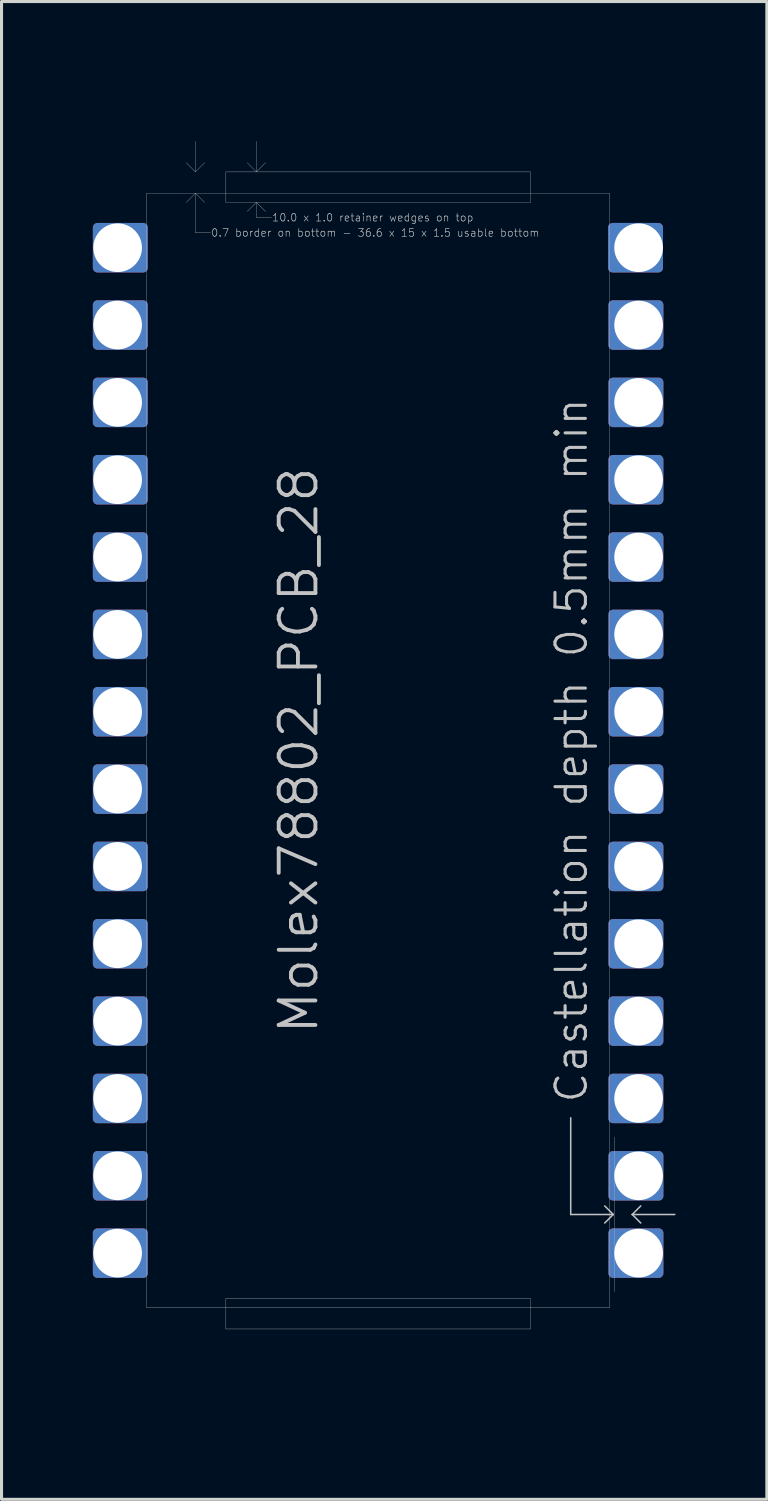
<source format=kicad_pcb>
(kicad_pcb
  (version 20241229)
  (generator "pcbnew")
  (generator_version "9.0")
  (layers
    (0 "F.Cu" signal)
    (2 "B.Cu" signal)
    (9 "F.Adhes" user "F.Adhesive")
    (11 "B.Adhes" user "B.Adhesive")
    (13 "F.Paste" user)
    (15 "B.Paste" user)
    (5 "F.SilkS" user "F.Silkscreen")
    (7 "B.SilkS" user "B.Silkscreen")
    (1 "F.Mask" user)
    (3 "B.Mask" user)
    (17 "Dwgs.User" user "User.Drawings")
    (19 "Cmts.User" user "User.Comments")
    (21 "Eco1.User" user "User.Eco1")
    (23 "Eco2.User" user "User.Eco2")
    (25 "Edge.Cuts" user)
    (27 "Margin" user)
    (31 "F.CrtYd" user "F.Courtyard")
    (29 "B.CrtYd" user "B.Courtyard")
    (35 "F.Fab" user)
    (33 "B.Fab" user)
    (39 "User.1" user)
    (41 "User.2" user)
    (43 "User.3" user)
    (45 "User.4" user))
  (footprint "Molex78802_PCB_28"
    (layer "F.Cu")
    (at 9.368 21.595)
    (property "Reference" "Molex78802_PCB_28" (at -1.905 0 270) (layer "Dwgs.User") (effects (font (size 1.206 1.206) (thickness 0.127)) (justify bottom)))
    (attr exclude_from_pos_files exclude_from_bom)
    (fp_poly (pts (xy -7.717 -15.85) (xy -9.216 -15.85) (xy -9.216 -17.17) (xy -7.717 -17.17)) (stroke (width 0.305) (type solid)) (fill yes) (layer "F.Cu"))
    (fp_poly (pts (xy -7.717 -13.31) (xy -9.216 -13.31) (xy -9.216 -14.63) (xy -7.717 -14.63)) (stroke (width 0.305) (type solid)) (fill yes) (layer "F.Cu"))
    (fp_poly (pts (xy -7.717 -10.77) (xy -9.216 -10.77) (xy -9.216 -12.09) (xy -7.717 -12.09)) (stroke (width 0.305) (type solid)) (fill yes) (layer "F.Cu"))
    (fp_poly (pts (xy -7.717 -8.23) (xy -9.216 -8.23) (xy -9.216 -9.55) (xy -7.717 -9.55)) (stroke (width 0.305) (type solid)) (fill yes) (layer "F.Cu"))
    (fp_poly (pts (xy -7.717 -5.69) (xy -9.216 -5.69) (xy -9.216 -7.01) (xy -7.717 -7.01)) (stroke (width 0.305) (type solid)) (fill yes) (layer "F.Cu"))
    (fp_poly (pts (xy -7.717 -3.15) (xy -9.216 -3.15) (xy -9.216 -4.47) (xy -7.717 -4.47)) (stroke (width 0.305) (type solid)) (fill yes) (layer "F.Cu"))
    (fp_poly (pts (xy -7.717 -0.61) (xy -9.216 -0.61) (xy -9.216 -1.93) (xy -7.717 -1.93)) (stroke (width 0.305) (type solid)) (fill yes) (layer "F.Cu"))
    (fp_poly (pts (xy -7.717 1.93) (xy -9.216 1.93) (xy -9.216 0.61) (xy -7.717 0.61)) (stroke (width 0.305) (type solid)) (fill yes) (layer "F.Cu"))
    (fp_poly (pts (xy -7.717 4.47) (xy -9.216 4.47) (xy -9.216 3.15) (xy -7.717 3.15)) (stroke (width 0.305) (type solid)) (fill yes) (layer "F.Cu"))
    (fp_poly (pts (xy -7.717 7.01) (xy -9.216 7.01) (xy -9.216 5.69) (xy -7.717 5.69)) (stroke (width 0.305) (type solid)) (fill yes) (layer "F.Cu"))
    (fp_poly (pts (xy -7.717 9.55) (xy -9.216 9.55) (xy -9.216 8.23) (xy -7.717 8.23)) (stroke (width 0.305) (type solid)) (fill yes) (layer "F.Cu"))
    (fp_poly (pts (xy -7.717 12.09) (xy -9.216 12.09) (xy -9.216 10.77) (xy -7.717 10.77)) (stroke (width 0.305) (type solid)) (fill yes) (layer "F.Cu"))
    (fp_poly (pts (xy -7.717 14.63) (xy -9.216 14.63) (xy -9.216 13.31) (xy -7.717 13.31)) (stroke (width 0.305) (type solid)) (fill yes) (layer "F.Cu"))
    (fp_poly (pts (xy -7.717 17.17) (xy -9.216 17.17) (xy -9.216 15.85) (xy -7.717 15.85)) (stroke (width 0.305) (type solid)) (fill yes) (layer "F.Cu"))
    (fp_poly (pts (xy 9.203 -15.85) (xy 7.704 -15.85) (xy 7.704 -17.17) (xy 9.203 -17.17)) (stroke (width 0.305) (type solid)) (fill yes) (layer "F.Cu"))
    (fp_poly (pts (xy 9.216 -13.31) (xy 7.717 -13.31) (xy 7.717 -14.63) (xy 9.216 -14.63)) (stroke (width 0.305) (type solid)) (fill yes) (layer "F.Cu"))
    (fp_poly (pts (xy 9.216 -10.77) (xy 7.717 -10.77) (xy 7.717 -12.09) (xy 9.216 -12.09)) (stroke (width 0.305) (type solid)) (fill yes) (layer "F.Cu"))
    (fp_poly (pts (xy 9.216 -8.23) (xy 7.717 -8.23) (xy 7.717 -9.55) (xy 9.216 -9.55)) (stroke (width 0.305) (type solid)) (fill yes) (layer "F.Cu"))
    (fp_poly (pts (xy 9.216 -5.69) (xy 7.717 -5.69) (xy 7.717 -7.01) (xy 9.216 -7.01)) (stroke (width 0.305) (type solid)) (fill yes) (layer "F.Cu"))
    (fp_poly (pts (xy 9.216 -3.15) (xy 7.717 -3.15) (xy 7.717 -4.47) (xy 9.216 -4.47)) (stroke (width 0.305) (type solid)) (fill yes) (layer "F.Cu"))
    (fp_poly (pts (xy 9.216 -0.61) (xy 7.717 -0.61) (xy 7.717 -1.93) (xy 9.216 -1.93)) (stroke (width 0.305) (type solid)) (fill yes) (layer "F.Cu"))
    (fp_poly (pts (xy 9.216 1.93) (xy 7.717 1.93) (xy 7.717 0.61) (xy 9.216 0.61)) (stroke (width 0.305) (type solid)) (fill yes) (layer "F.Cu"))
    (fp_poly (pts (xy 9.216 4.47) (xy 7.717 4.47) (xy 7.717 3.15) (xy 9.216 3.15)) (stroke (width 0.305) (type solid)) (fill yes) (layer "F.Cu"))
    (fp_poly (pts (xy 9.216 7.01) (xy 7.717 7.01) (xy 7.717 5.69) (xy 9.216 5.69)) (stroke (width 0.305) (type solid)) (fill yes) (layer "F.Cu"))
    (fp_poly (pts (xy 9.216 9.55) (xy 7.717 9.55) (xy 7.717 8.23) (xy 9.216 8.23)) (stroke (width 0.305) (type solid)) (fill yes) (layer "F.Cu"))
    (fp_poly (pts (xy 9.216 12.09) (xy 7.717 12.09) (xy 7.717 10.77) (xy 9.216 10.77)) (stroke (width 0.305) (type solid)) (fill yes) (layer "F.Cu"))
    (fp_poly (pts (xy 9.216 14.63) (xy 7.717 14.63) (xy 7.717 13.31) (xy 9.216 13.31)) (stroke (width 0.305) (type solid)) (fill yes) (layer "F.Cu"))
    (fp_poly (pts (xy 9.216 17.17) (xy 7.717 17.17) (xy 7.717 15.85) (xy 9.216 15.85)) (stroke (width 0.305) (type solid)) (fill yes) (layer "F.Cu"))
    (fp_poly (pts (xy -7.717 -15.85) (xy -9.216 -15.85) (xy -9.216 -17.17) (xy -7.717 -17.17)) (stroke (width 0.305) (type solid)) (fill yes) (layer "B.Cu"))
    (fp_poly (pts (xy -7.717 -14.63) (xy -9.216 -14.63) (xy -9.216 -13.31) (xy -7.717 -13.31)) (stroke (width 0.305) (type solid)) (fill yes) (layer "B.Cu"))
    (fp_poly (pts (xy -7.717 -12.09) (xy -9.216 -12.09) (xy -9.216 -10.77) (xy -7.717 -10.77)) (stroke (width 0.305) (type solid)) (fill yes) (layer "B.Cu"))
    (fp_poly (pts (xy -7.717 -9.55) (xy -9.216 -9.55) (xy -9.216 -8.23) (xy -7.717 -8.23)) (stroke (width 0.305) (type solid)) (fill yes) (layer "B.Cu"))
    (fp_poly (pts (xy -7.717 -7.01) (xy -9.216 -7.01) (xy -9.216 -5.69) (xy -7.717 -5.69)) (stroke (width 0.305) (type solid)) (fill yes) (layer "B.Cu"))
    (fp_poly (pts (xy -7.717 -4.47) (xy -9.216 -4.47) (xy -9.216 -3.15) (xy -7.717 -3.15)) (stroke (width 0.305) (type solid)) (fill yes) (layer "B.Cu"))
    (fp_poly (pts (xy -7.717 -1.93) (xy -9.216 -1.93) (xy -9.216 -0.61) (xy -7.717 -0.61)) (stroke (width 0.305) (type solid)) (fill yes) (layer "B.Cu"))
    (fp_poly (pts (xy -7.717 0.61) (xy -9.216 0.61) (xy -9.216 1.93) (xy -7.717 1.93)) (stroke (width 0.305) (type solid)) (fill yes) (layer "B.Cu"))
    (fp_poly (pts (xy -7.717 3.15) (xy -9.216 3.15) (xy -9.216 4.47) (xy -7.717 4.47)) (stroke (width 0.305) (type solid)) (fill yes) (layer "B.Cu"))
    (fp_poly (pts (xy -7.717 5.69) (xy -9.216 5.69) (xy -9.216 7.01) (xy -7.717 7.01)) (stroke (width 0.305) (type solid)) (fill yes) (layer "B.Cu"))
    (fp_poly (pts (xy -7.717 8.23) (xy -9.216 8.23) (xy -9.216 9.55) (xy -7.717 9.55)) (stroke (width 0.305) (type solid)) (fill yes) (layer "B.Cu"))
    (fp_poly (pts (xy -7.717 10.77) (xy -9.216 10.77) (xy -9.216 12.09) (xy -7.717 12.09)) (stroke (width 0.305) (type solid)) (fill yes) (layer "B.Cu"))
    (fp_poly (pts (xy -7.717 13.31) (xy -9.216 13.31) (xy -9.216 14.63) (xy -7.717 14.63)) (stroke (width 0.305) (type solid)) (fill yes) (layer "B.Cu"))
    (fp_poly (pts (xy -7.717 15.85) (xy -9.216 15.85) (xy -9.216 17.17) (xy -7.717 17.17)) (stroke (width 0.305) (type solid)) (fill yes) (layer "B.Cu"))
    (fp_poly (pts (xy 9.203 -15.85) (xy 7.704 -15.85) (xy 7.704 -17.17) (xy 9.203 -17.17)) (stroke (width 0.305) (type solid)) (fill yes) (layer "B.Cu"))
    (fp_poly (pts (xy 9.216 -14.63) (xy 7.717 -14.63) (xy 7.717 -13.31) (xy 9.216 -13.31)) (stroke (width 0.305) (type solid)) (fill yes) (layer "B.Cu"))
    (fp_poly (pts (xy 9.216 -12.09) (xy 7.717 -12.09) (xy 7.717 -10.77) (xy 9.216 -10.77)) (stroke (width 0.305) (type solid)) (fill yes) (layer "B.Cu"))
    (fp_poly (pts (xy 9.216 -9.55) (xy 7.717 -9.55) (xy 7.717 -8.23) (xy 9.216 -8.23)) (stroke (width 0.305) (type solid)) (fill yes) (layer "B.Cu"))
    (fp_poly (pts (xy 9.216 -7.01) (xy 7.717 -7.01) (xy 7.717 -5.69) (xy 9.216 -5.69)) (stroke (width 0.305) (type solid)) (fill yes) (layer "B.Cu"))
    (fp_poly (pts (xy 9.216 -4.47) (xy 7.717 -4.47) (xy 7.717 -3.15) (xy 9.216 -3.15)) (stroke (width 0.305) (type solid)) (fill yes) (layer "B.Cu"))
    (fp_poly (pts (xy 9.216 -1.93) (xy 7.717 -1.93) (xy 7.717 -0.61) (xy 9.216 -0.61)) (stroke (width 0.305) (type solid)) (fill yes) (layer "B.Cu"))
    (fp_poly (pts (xy 9.216 0.61) (xy 7.717 0.61) (xy 7.717 1.93) (xy 9.216 1.93)) (stroke (width 0.305) (type solid)) (fill yes) (layer "B.Cu"))
    (fp_poly (pts (xy 9.216 3.15) (xy 7.717 3.15) (xy 7.717 4.47) (xy 9.216 4.47)) (stroke (width 0.305) (type solid)) (fill yes) (layer "B.Cu"))
    (fp_poly (pts (xy 9.216 5.69) (xy 7.717 5.69) (xy 7.717 7.01) (xy 9.216 7.01)) (stroke (width 0.305) (type solid)) (fill yes) (layer "B.Cu"))
    (fp_poly (pts (xy 9.216 8.23) (xy 7.717 8.23) (xy 7.717 9.55) (xy 9.216 9.55)) (stroke (width 0.305) (type solid)) (fill yes) (layer "B.Cu"))
    (fp_poly (pts (xy 9.216 10.77) (xy 7.717 10.77) (xy 7.717 12.09) (xy 9.216 12.09)) (stroke (width 0.305) (type solid)) (fill yes) (layer "B.Cu"))
    (fp_poly (pts (xy 9.216 13.31) (xy 7.717 13.31) (xy 7.717 14.63) (xy 9.216 14.63)) (stroke (width 0.305) (type solid)) (fill yes) (layer "B.Cu"))
    (fp_poly (pts (xy 9.216 15.85) (xy 7.717 15.85) (xy 7.717 17.17) (xy 9.216 17.17)) (stroke (width 0.305) (type solid)) (fill yes) (layer "B.Cu"))
    (fp_line (start -7.6 -18.3) (end -7.6 18.3) (stroke (width 0.01) (type solid)) (layer "Dwgs.User"))
    (fp_line (start -7.6 -18.3) (end 7.6 -18.3) (stroke (width 0.01) (type solid)) (layer "Dwgs.User"))
    (fp_line (start -7.6 18.3) (end 7.6 18.3) (stroke (width 0.01) (type solid)) (layer "Dwgs.User"))
    (fp_line (start -6 -19) (end -6.3 -19.3) (stroke (width 0.01) (type solid)) (layer "Dwgs.User"))
    (fp_line (start -6 -19) (end -6 -20) (stroke (width 0.01) (type solid)) (layer "Dwgs.User"))
    (fp_line (start -6 -19) (end -5.7 -19.3) (stroke (width 0.01) (type solid)) (layer "Dwgs.User"))
    (fp_line (start -6 -18.3) (end -6.3 -18) (stroke (width 0.01) (type solid)) (layer "Dwgs.User"))
    (fp_line (start -6 -18.3) (end -6 -17) (stroke (width 0.01) (type solid)) (layer "Dwgs.User"))
    (fp_line (start -6 -18.3) (end -5.7 -18) (stroke (width 0.01) (type solid)) (layer "Dwgs.User"))
    (fp_line (start -6 -17) (end -5.5 -17) (stroke (width 0.01) (type solid)) (layer "Dwgs.User"))
    (fp_line (start -5 -19) (end -5 -18) (stroke (width 0.01) (type solid)) (layer "Dwgs.User"))
    (fp_line (start -5 -18) (end 5 -18) (stroke (width 0.01) (type solid)) (layer "Dwgs.User"))
    (fp_line (start -5 18) (end -5 19) (stroke (width 0.01) (type solid)) (layer "Dwgs.User"))
    (fp_line (start -5 18) (end 5 18) (stroke (width 0.01) (type solid)) (layer "Dwgs.User"))
    (fp_line (start -5 19) (end 5 19) (stroke (width 0.01) (type solid)) (layer "Dwgs.User"))
    (fp_line (start -4 -19) (end -4.3 -19.3) (stroke (width 0.01) (type solid)) (layer "Dwgs.User"))
    (fp_line (start -4 -19) (end -4 -20) (stroke (width 0.01) (type solid)) (layer "Dwgs.User"))
    (fp_line (start -4 -19) (end -3.7 -19.3) (stroke (width 0.01) (type solid)) (layer "Dwgs.User"))
    (fp_line (start -4 -18) (end -4.3 -17.7) (stroke (width 0.01) (type solid)) (layer "Dwgs.User"))
    (fp_line (start -4 -18) (end -4 -17.5) (stroke (width 0.01) (type solid)) (layer "Dwgs.User"))
    (fp_line (start -4 -18) (end -3.7 -17.7) (stroke (width 0.01) (type solid)) (layer "Dwgs.User"))
    (fp_line (start -4 -17.5) (end -3.5 -17.5) (stroke (width 0.01) (type solid)) (layer "Dwgs.User"))
    (fp_line (start 5 -19) (end -5 -19) (stroke (width 0.01) (type solid)) (layer "Dwgs.User"))
    (fp_line (start 5 -18) (end 5 -19) (stroke (width 0.01) (type solid)) (layer "Dwgs.User"))
    (fp_line (start 5 19) (end 5 18) (stroke (width 0.01) (type solid)) (layer "Dwgs.User"))
    (fp_line (start 6.325 12.065) (end 6.325 15.24) (stroke (width 0.05) (type solid)) (layer "Dwgs.User"))
    (fp_line (start 6.325 15.24) (end 7.722 15.24) (stroke (width 0.05) (type solid)) (layer "Dwgs.User"))
    (fp_line (start 7.442 14.96) (end 7.722 15.24) (stroke (width 0.05) (type solid)) (layer "Dwgs.User"))
    (fp_line (start 7.6 -18.3) (end 7.6 18.3) (stroke (width 0.01) (type solid)) (layer "Dwgs.User"))
    (fp_line (start 7.722 15.24) (end 7.442 15.52) (stroke (width 0.05) (type solid)) (layer "Dwgs.User"))
    (fp_line (start 7.757 17.78) (end 7.757 12.7) (stroke (width 0.01) (type solid)) (layer "Dwgs.User"))
    (fp_line (start 8.345 15.24) (end 8.625 15.52) (stroke (width 0.05) (type solid)) (layer "Dwgs.User"))
    (fp_line (start 8.345 15.24) (end 9.742 15.24) (stroke (width 0.05) (type solid)) (layer "Dwgs.User"))
    (fp_line (start 8.625 14.96) (end 8.345 15.24) (stroke (width 0.05) (type solid)) (layer "Dwgs.User"))
    (fp_line (start -8.26 -19.05) (end -0.762 -19.05) (stroke (width 0.01) (type solid)) (layer "Eco1.User"))
    (fp_line (start -8.26 19.05) (end -8.26 -19.05) (stroke (width 0.01) (type solid)) (layer "Eco1.User"))
    (fp_line (start -8.26 19.05) (end -4.559 19.05) (stroke (width 0.01) (type solid)) (layer "Eco1.User"))
    (fp_line (start -4.559 19.05) (end -4.559 21.59) (stroke (width 0.01) (type solid)) (layer "Eco1.User"))
    (fp_line (start -4.559 21.59) (end -3.035 21.59) (stroke (width 0.01) (type solid)) (layer "Eco1.User"))
    (fp_line (start -3.035 21.59) (end -3.035 19.05) (stroke (width 0.01) (type solid)) (layer "Eco1.User"))
    (fp_line (start -0.762 -21.59) (end 0.762 -21.59) (stroke (width 0.01) (type solid)) (layer "Eco1.User"))
    (fp_line (start -0.762 -19.05) (end -0.762 -21.59) (stroke (width 0.01) (type solid)) (layer "Eco1.User"))
    (fp_line (start 0.762 -21.59) (end 0.762 -19.05) (stroke (width 0.01) (type solid)) (layer "Eco1.User"))
    (fp_line (start 0.762 -19.05) (end 8.26 -19.05) (stroke (width 0.01) (type solid)) (layer "Eco1.User"))
    (fp_line (start 3.035 19.05) (end -3.035 19.05) (stroke (width 0.01) (type solid)) (layer "Eco1.User"))
    (fp_line (start 3.035 21.59) (end 3.035 19.05) (stroke (width 0.01) (type solid)) (layer "Eco1.User"))
    (fp_line (start 4.559 19.05) (end 4.559 21.59) (stroke (width 0.01) (type solid)) (layer "Eco1.User"))
    (fp_line (start 4.559 19.05) (end 8.26 19.05) (stroke (width 0.01) (type solid)) (layer "Eco1.User"))
    (fp_line (start 4.559 21.59) (end 3.035 21.59) (stroke (width 0.01) (type solid)) (layer "Eco1.User"))
    (fp_line (start 8.26 19.05) (end 8.26 -19.05) (stroke (width 0.01) (type solid)) (layer "Eco1.User"))
    (fp_line (start -8.3 19) (end -8.3 -17.2) (stroke (width 0.01) (type solid)) (layer "Eco2.User"))
    (fp_line (start -8.3 19) (end 8.3 19) (stroke (width 0.01) (type solid)) (layer "Eco2.User"))
    (fp_line (start -6.5 -19) (end -8.3 -17.2) (stroke (width 0.01) (type solid)) (layer "Eco2.User"))
    (fp_line (start 8.3 -19) (end -6.5 -19) (stroke (width 0.01) (type solid)) (layer "Eco2.User"))
    (fp_line (start 8.3 19) (end 8.3 -19) (stroke (width 0.01) (type solid)) (layer "Eco2.User"))
    (fp_text user "Castellation depth 0.5mm min" (at 6.35 0 270) (layer "Dwgs.User") (effects (font (size 1 1) (thickness 0.1))))
    (fp_text user "10.0 x 1.0 retainer wedges on top" (at -3.5 -17.5 0) (layer "Dwgs.User") (effects (font (size 0.25 0.25) (thickness 0.02)) (justify left)))
    (fp_text user "0.7 border on bottom - 36.6 x 15 x 1.5 usable bottom" (at -5.5 -17 0) (layer "Dwgs.User") (effects (font (size 0.25 0.25) (thickness 0.02)) (justify left)))
    (fp_text user "Eco1.User is Edge.Cuts for use without carrier." (at -4.445 0 270) (layer "Eco1.User") (effects (font (size 0.8 0.8) (thickness 0.05))))
    (fp_text user "Board outline: 0.1mm grid, copy Eco2.User" (at -6 0 270) (layer "Eco2.User") (effects (font (size 1 1) (thickness 0.1))))
    (pad "1" thru_hole circle (at -8.555 -16.51) (size 1.6 1.6) (drill 1.598) (layers "*.Cu" "*.Mask"))
    (pad "2" thru_hole circle (at -8.555 -13.97) (size 1.6 1.6) (drill 1.598) (layers "*.Cu" "*.Mask"))
    (pad "3" thru_hole circle (at -8.555 -11.43) (size 1.6 1.6) (drill 1.598) (layers "*.Cu" "*.Mask"))
    (pad "4" thru_hole circle (at -8.555 -8.89) (size 1.6 1.6) (drill 1.598) (layers "*.Cu" "*.Mask"))
    (pad "5" thru_hole circle (at -8.555 -6.35) (size 1.6 1.6) (drill 1.598) (layers "*.Cu" "*.Mask"))
    (pad "6" thru_hole circle (at -8.555 -3.81) (size 1.6 1.6) (drill 1.598) (layers "*.Cu" "*.Mask"))
    (pad "7" thru_hole circle (at -8.555 -1.27) (size 1.6 1.6) (drill 1.598) (layers "*.Cu" "*.Mask"))
    (pad "8" thru_hole circle (at -8.555 1.27) (size 1.6 1.6) (drill 1.598) (layers "*.Cu" "*.Mask"))
    (pad "9" thru_hole circle (at -8.555 3.81) (size 1.6 1.6) (drill 1.598) (layers "*.Cu" "*.Mask"))
    (pad "10" thru_hole circle (at -8.555 6.35) (size 1.6 1.6) (drill 1.598) (layers "*.Cu" "*.Mask"))
    (pad "11" thru_hole circle (at -8.555 8.89) (size 1.6 1.6) (drill 1.598) (layers "*.Cu" "*.Mask"))
    (pad "12" thru_hole circle (at -8.555 11.43) (size 1.6 1.6) (drill 1.598) (layers "*.Cu" "*.Mask"))
    (pad "13" thru_hole circle (at -8.555 13.97) (size 1.6 1.6) (drill 1.598) (layers "*.Cu" "*.Mask"))
    (pad "14" thru_hole circle (at -8.555 16.51) (size 1.6 1.6) (drill 1.598) (layers "*.Cu" "*.Mask"))
    (pad "15" thru_hole circle (at 8.555 16.51 180) (size 1.6 1.6) (drill 1.598) (layers "*.Cu" "*.Mask"))
    (pad "16" thru_hole circle (at 8.555 13.97 180) (size 1.6 1.6) (drill 1.598) (layers "*.Cu" "*.Mask"))
    (pad "17" thru_hole circle (at 8.555 11.43 180) (size 1.6 1.6) (drill 1.598) (layers "*.Cu" "*.Mask"))
    (pad "18" thru_hole circle (at 8.555 8.89 180) (size 1.6 1.6) (drill 1.598) (layers "*.Cu" "*.Mask"))
    (pad "19" thru_hole circle (at 8.555 6.35 180) (size 1.6 1.6) (drill 1.598) (layers "*.Cu" "*.Mask"))
    (pad "20" thru_hole circle (at 8.555 3.81 180) (size 1.6 1.6) (drill 1.598) (layers "*.Cu" "*.Mask"))
    (pad "21" thru_hole circle (at 8.555 1.27 180) (size 1.6 1.6) (drill 1.598) (layers "*.Cu" "*.Mask"))
    (pad "22" thru_hole circle (at 8.555 -1.27 180) (size 1.6 1.6) (drill 1.598) (layers "*.Cu" "*.Mask"))
    (pad "23" thru_hole circle (at 8.555 -3.81 180) (size 1.6 1.6) (drill 1.598) (layers "*.Cu" "*.Mask"))
    (pad "24" thru_hole circle (at 8.555 -6.35 180) (size 1.6 1.6) (drill 1.598) (layers "*.Cu" "*.Mask"))
    (pad "25" thru_hole circle (at 8.555 -8.89 180) (size 1.6 1.6) (drill 1.598) (layers "*.Cu" "*.Mask"))
    (pad "26" thru_hole circle (at 8.555 -11.43 180) (size 1.6 1.6) (drill 1.598) (layers "*.Cu" "*.Mask"))
    (pad "27" thru_hole circle (at 8.555 -13.97 180) (size 1.6 1.6) (drill 1.598) (layers "*.Cu" "*.Mask"))
    (pad "28" thru_hole circle (at 8.555 -16.51 180) (size 1.6 1.6) (drill 1.598) (layers "*.Cu" "*.Mask")))
  (gr_rect
    (start -3 -3)
    (end 22.135 46.19)
    (stroke (width 0.1) (type default))
    (fill no)
    (layer "Edge.Cuts")))
</source>
